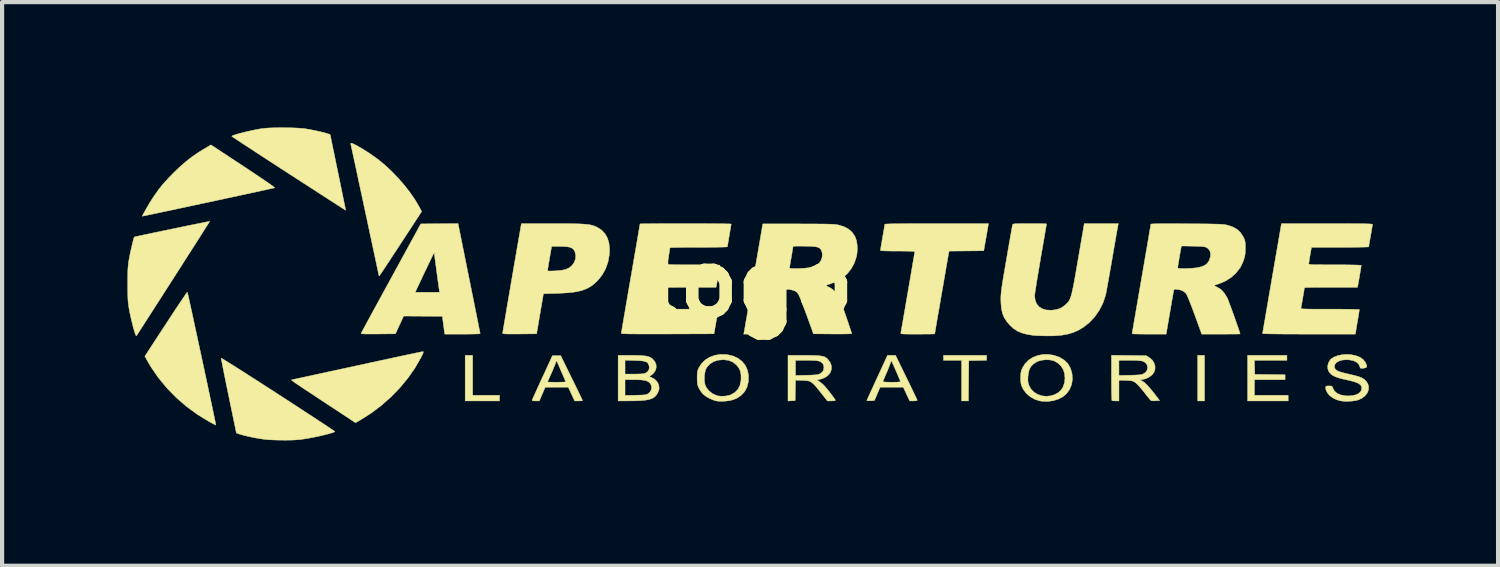
<source format=kicad_pcb>
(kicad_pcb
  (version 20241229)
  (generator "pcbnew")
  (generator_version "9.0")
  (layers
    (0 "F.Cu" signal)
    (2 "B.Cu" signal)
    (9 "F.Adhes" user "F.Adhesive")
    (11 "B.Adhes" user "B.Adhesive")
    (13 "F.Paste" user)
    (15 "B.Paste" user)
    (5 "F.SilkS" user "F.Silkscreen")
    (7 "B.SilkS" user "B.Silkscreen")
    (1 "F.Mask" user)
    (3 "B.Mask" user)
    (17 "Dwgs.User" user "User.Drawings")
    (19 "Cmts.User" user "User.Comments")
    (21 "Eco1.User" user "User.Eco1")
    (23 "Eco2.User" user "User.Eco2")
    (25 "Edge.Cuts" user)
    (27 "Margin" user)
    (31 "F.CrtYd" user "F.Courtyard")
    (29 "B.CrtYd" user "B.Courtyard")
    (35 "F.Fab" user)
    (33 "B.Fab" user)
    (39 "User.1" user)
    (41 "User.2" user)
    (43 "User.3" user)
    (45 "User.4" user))
  (footprint "logo"
    (layer "F.Cu")
    (at 14.893 3.734)
    (property "Reference" "logo" (at 0 0 0) (layer "F.SilkS") (effects (font (size 1.524 1.524) (thickness 0.3))))
    (attr through_hole)
    (fp_poly (pts (xy 10.877 2.809) (xy 10.713 2.809) (xy 10.713 1.718) (xy 10.877 1.718) (xy 10.877 2.809)) (stroke (width 0.01) (type solid)) (fill yes) (layer "F.SilkS"))
    (fp_poly (pts (xy -6.634 2.674) (xy -5.991 2.674) (xy -5.991 2.809) (xy -6.813 2.809) (xy -6.813 1.718) (xy -6.634 1.718) (xy -6.634 2.674)) (stroke (width 0.01) (type solid)) (fill yes) (layer "F.SilkS"))
    (fp_poly (pts (xy 5.663 1.837) (xy 5.45 1.841) (xy 5.237 1.845) (xy 5.229 2.809) (xy 5.065 2.809) (xy 5.065 1.838) (xy 4.632 1.838) (xy 4.632 1.718) (xy 5.663 1.718) (xy 5.663 1.837)) (stroke (width 0.01) (type solid)) (fill yes) (layer "F.SilkS"))
    (fp_poly (pts (xy 12.849 1.838) (xy 12.071 1.838) (xy 12.076 2.006) (xy 12.08 2.174) (xy 12.442 2.178) (xy 12.805 2.182) (xy 12.805 2.301) (xy 12.072 2.301) (xy 12.072 2.674) (xy 12.879 2.674) (xy 12.879 2.809) (xy 11.908 2.809) (xy 11.908 1.718) (xy 12.849 1.718) (xy 12.849 1.838)) (stroke (width 0.01) (type solid)) (fill yes) (layer "F.SilkS"))
    (fp_poly (pts (xy -13.461 0.207) (xy -13.456 0.222) (xy -13.446 0.265) (xy -13.431 0.332) (xy -13.411 0.421) (xy -13.387 0.531) (xy -13.359 0.658) (xy -13.328 0.8) (xy -13.295 0.955) (xy -13.259 1.122) (xy -13.221 1.297) (xy -13.182 1.478) (xy -13.142 1.663) (xy -13.102 1.849) (xy -13.062 2.035) (xy -13.023 2.218) (xy -12.985 2.396) (xy -12.949 2.566) (xy -12.915 2.727) (xy -12.883 2.875) (xy -12.855 3.009) (xy -12.831 3.126) (xy -12.81 3.224) (xy -12.794 3.301) (xy -12.784 3.355) (xy -12.779 3.382) (xy -12.779 3.386) (xy -12.793 3.381) (xy -12.828 3.364) (xy -12.878 3.337) (xy -12.94 3.304) (xy -12.944 3.301) (xy -13.223 3.131) (xy -13.486 2.938) (xy -13.731 2.725) (xy -13.956 2.494) (xy -14.158 2.248) (xy -14.336 1.988) (xy -14.424 1.837) (xy -14.477 1.739) (xy -13.973 0.968) (xy -13.884 0.832) (xy -13.8 0.704) (xy -13.722 0.586) (xy -13.651 0.48) (xy -13.589 0.388) (xy -13.538 0.313) (xy -13.499 0.256) (xy -13.472 0.22) (xy -13.461 0.207) (xy -13.461 0.207)) (stroke (width 0.01) (type solid)) (fill yes) (layer "F.SilkS"))
    (fp_poly (pts (xy -12.63 -3.143) (xy -12.393 -2.987) (xy -12.18 -2.847) (xy -11.992 -2.722) (xy -11.829 -2.613) (xy -11.69 -2.52) (xy -11.576 -2.443) (xy -11.487 -2.381) (xy -11.423 -2.335) (xy -11.384 -2.305) (xy -11.37 -2.291) (xy -11.37 -2.29) (xy -11.405 -2.282) (xy -11.465 -2.269) (xy -11.548 -2.25) (xy -11.651 -2.228) (xy -11.773 -2.201) (xy -11.911 -2.171) (xy -12.063 -2.139) (xy -12.226 -2.104) (xy -12.398 -2.066) (xy -12.577 -2.028) (xy -12.761 -1.988) (xy -12.947 -1.948) (xy -13.133 -1.909) (xy -13.317 -1.869) (xy -13.496 -1.831) (xy -13.669 -1.794) (xy -13.832 -1.759) (xy -13.984 -1.727) (xy -14.123 -1.697) (xy -14.245 -1.671) (xy -14.349 -1.65) (xy -14.433 -1.632) (xy -14.493 -1.62) (xy -14.529 -1.612) (xy -14.538 -1.611) (xy -14.53 -1.63) (xy -14.511 -1.669) (xy -14.481 -1.723) (xy -14.445 -1.787) (xy -14.405 -1.856) (xy -14.365 -1.925) (xy -14.326 -1.987) (xy -14.296 -2.035) (xy -14.217 -2.151) (xy -14.143 -2.254) (xy -14.068 -2.349) (xy -13.985 -2.444) (xy -13.89 -2.546) (xy -13.792 -2.646) (xy -13.639 -2.793) (xy -13.494 -2.919) (xy -13.349 -3.032) (xy -13.198 -3.136) (xy -13.071 -3.214) (xy -12.897 -3.318) (xy -12.63 -3.143)) (stroke (width 0.01) (type solid)) (fill yes) (layer "F.SilkS"))
    (fp_poly (pts (xy -7.814 1.635) (xy -7.818 1.657) (xy -7.835 1.698) (xy -7.865 1.76) (xy -7.874 1.776) (xy -8.016 2.024) (xy -8.185 2.265) (xy -8.378 2.497) (xy -8.59 2.715) (xy -8.819 2.918) (xy -9.062 3.101) (xy -9.315 3.262) (xy -9.354 3.284) (xy -9.437 3.331) (xy -9.869 3.046) (xy -9.992 2.965) (xy -10.125 2.878) (xy -10.261 2.788) (xy -10.394 2.7) (xy -10.518 2.618) (xy -10.624 2.548) (xy -10.644 2.535) (xy -10.733 2.476) (xy -10.812 2.423) (xy -10.879 2.377) (xy -10.93 2.341) (xy -10.962 2.316) (xy -10.973 2.306) (xy -10.973 2.306) (xy -10.955 2.302) (xy -10.912 2.292) (xy -10.847 2.278) (xy -10.762 2.26) (xy -10.66 2.238) (xy -10.547 2.213) (xy -10.423 2.186) (xy -10.407 2.183) (xy -10.251 2.149) (xy -10.078 2.111) (xy -9.895 2.072) (xy -9.712 2.032) (xy -9.538 1.995) (xy -9.38 1.96) (xy -9.331 1.95) (xy -9.08 1.895) (xy -8.856 1.847) (xy -8.659 1.804) (xy -8.487 1.767) (xy -8.339 1.735) (xy -8.212 1.708) (xy -8.106 1.686) (xy -8.019 1.667) (xy -7.95 1.653) (xy -7.897 1.642) (xy -7.859 1.635) (xy -7.835 1.63) (xy -7.823 1.629) (xy -7.821 1.629) (xy -7.814 1.635)) (stroke (width 0.01) (type solid)) (fill yes) (layer "F.SilkS"))
    (fp_poly (pts (xy -9.517 -3.353) (xy -9.469 -3.333) (xy -9.407 -3.301) (xy -9.333 -3.259) (xy -9.249 -3.209) (xy -9.159 -3.152) (xy -9.067 -3.091) (xy -8.974 -3.026) (xy -8.907 -2.977) (xy -8.744 -2.844) (xy -8.579 -2.692) (xy -8.418 -2.525) (xy -8.265 -2.349) (xy -8.126 -2.17) (xy -8.004 -1.992) (xy -7.905 -1.821) (xy -7.901 -1.814) (xy -7.854 -1.723) (xy -8.351 -0.962) (xy -8.457 -0.801) (xy -8.548 -0.663) (xy -8.624 -0.546) (xy -8.688 -0.449) (xy -8.74 -0.371) (xy -8.781 -0.308) (xy -8.813 -0.26) (xy -8.837 -0.226) (xy -8.854 -0.202) (xy -8.865 -0.187) (xy -8.872 -0.181) (xy -8.875 -0.18) (xy -8.875 -0.182) (xy -8.878 -0.198) (xy -8.887 -0.24) (xy -8.901 -0.306) (xy -8.92 -0.395) (xy -8.943 -0.504) (xy -8.97 -0.631) (xy -9.001 -0.773) (xy -9.034 -0.929) (xy -9.069 -1.095) (xy -9.107 -1.269) (xy -9.145 -1.45) (xy -9.185 -1.635) (xy -9.225 -1.821) (xy -9.264 -2.007) (xy -9.304 -2.19) (xy -9.342 -2.367) (xy -9.378 -2.537) (xy -9.412 -2.697) (xy -9.444 -2.845) (xy -9.473 -2.979) (xy -9.498 -3.095) (xy -9.519 -3.193) (xy -9.535 -3.269) (xy -9.547 -3.322) (xy -9.553 -3.348) (xy -9.553 -3.35) (xy -9.546 -3.359) (xy -9.517 -3.353)) (stroke (width 0.01) (type solid)) (fill yes) (layer "F.SilkS"))
    (fp_poly (pts (xy 3.744 2.249) (xy 3.801 2.366) (xy 3.854 2.475) (xy 3.901 2.573) (xy 3.941 2.656) (xy 3.972 2.723) (xy 3.994 2.769) (xy 4.004 2.792) (xy 4.004 2.794) (xy 3.991 2.802) (xy 3.955 2.807) (xy 3.913 2.809) (xy 3.823 2.809) (xy 3.746 2.645) (xy 3.67 2.48) (xy 3.115 2.481) (xy 3.047 2.641) (xy 2.978 2.801) (xy 2.885 2.806) (xy 2.837 2.806) (xy 2.805 2.803) (xy 2.796 2.797) (xy 2.803 2.781) (xy 2.822 2.741) (xy 2.85 2.679) (xy 2.886 2.6) (xy 2.93 2.505) (xy 2.979 2.398) (xy 3.003 2.346) (xy 3.182 2.346) (xy 3.197 2.352) (xy 3.237 2.356) (xy 3.298 2.359) (xy 3.377 2.361) (xy 3.392 2.361) (xy 3.482 2.36) (xy 3.548 2.357) (xy 3.589 2.352) (xy 3.601 2.345) (xy 3.595 2.327) (xy 3.579 2.287) (xy 3.555 2.228) (xy 3.524 2.156) (xy 3.493 2.085) (xy 3.384 1.841) (xy 3.346 1.947) (xy 3.321 2.011) (xy 3.29 2.088) (xy 3.257 2.166) (xy 3.245 2.193) (xy 3.219 2.253) (xy 3.198 2.303) (xy 3.185 2.336) (xy 3.182 2.346) (xy 3.003 2.346) (xy 3.032 2.282) (xy 3.047 2.251) (xy 3.292 1.718) (xy 3.484 1.718) (xy 3.744 2.249)) (stroke (width 0.01) (type solid)) (fill yes) (layer "F.SilkS"))
    (fp_poly (pts (xy -12.638 1.791) (xy -12.602 1.812) (xy -12.544 1.847) (xy -12.466 1.896) (xy -12.369 1.956) (xy -12.256 2.028) (xy -12.126 2.11) (xy -11.983 2.202) (xy -11.828 2.301) (xy -11.663 2.407) (xy -11.488 2.52) (xy -11.307 2.637) (xy -11.286 2.651) (xy -11.103 2.769) (xy -10.928 2.883) (xy -10.762 2.991) (xy -10.606 3.093) (xy -10.462 3.187) (xy -10.332 3.272) (xy -10.217 3.348) (xy -10.119 3.413) (xy -10.04 3.465) (xy -9.981 3.505) (xy -9.943 3.531) (xy -9.929 3.542) (xy -9.929 3.542) (xy -9.949 3.555) (xy -9.995 3.571) (xy -10.061 3.591) (xy -10.143 3.612) (xy -10.237 3.635) (xy -10.339 3.658) (xy -10.444 3.68) (xy -10.548 3.699) (xy -10.646 3.716) (xy -10.734 3.729) (xy -10.776 3.734) (xy -10.872 3.742) (xy -10.991 3.747) (xy -11.122 3.748) (xy -11.258 3.747) (xy -11.392 3.743) (xy -11.513 3.737) (xy -11.615 3.727) (xy -11.62 3.727) (xy -11.729 3.711) (xy -11.849 3.69) (xy -11.971 3.665) (xy -12.085 3.639) (xy -12.181 3.612) (xy -12.207 3.604) (xy -12.287 3.578) (xy -12.471 2.689) (xy -12.504 2.531) (xy -12.535 2.38) (xy -12.563 2.241) (xy -12.588 2.116) (xy -12.61 2.007) (xy -12.627 1.917) (xy -12.641 1.848) (xy -12.649 1.803) (xy -12.651 1.785) (xy -12.651 1.785) (xy -12.638 1.791)) (stroke (width 0.01) (type solid)) (fill yes) (layer "F.SilkS"))
    (fp_poly (pts (xy -4.266 2.259) (xy -4.208 2.376) (xy -4.155 2.484) (xy -4.108 2.582) (xy -4.068 2.664) (xy -4.037 2.73) (xy -4.015 2.776) (xy -4.005 2.798) (xy -4.004 2.8) (xy -4.018 2.805) (xy -4.053 2.808) (xy -4.099 2.809) (xy -4.193 2.809) (xy -4.269 2.645) (xy -4.346 2.48) (xy -4.897 2.48) (xy -5.039 2.809) (xy -5.128 2.809) (xy -5.177 2.808) (xy -5.202 2.803) (xy -5.21 2.794) (xy -5.208 2.783) (xy -5.2 2.764) (xy -5.181 2.721) (xy -5.152 2.657) (xy -5.115 2.575) (xy -5.072 2.479) (xy -5.022 2.371) (xy -5.015 2.354) (xy -4.841 2.354) (xy -4.827 2.357) (xy -4.788 2.359) (xy -4.73 2.36) (xy -4.658 2.361) (xy -4.624 2.361) (xy -4.548 2.36) (xy -4.483 2.358) (xy -4.435 2.356) (xy -4.41 2.353) (xy -4.408 2.352) (xy -4.413 2.336) (xy -4.429 2.297) (xy -4.453 2.24) (xy -4.484 2.17) (xy -4.511 2.109) (xy -4.545 2.03) (xy -4.575 1.96) (xy -4.6 1.904) (xy -4.615 1.866) (xy -4.62 1.853) (xy -4.628 1.853) (xy -4.641 1.877) (xy -4.653 1.909) (xy -4.669 1.954) (xy -4.695 2.017) (xy -4.726 2.091) (xy -4.759 2.166) (xy -4.76 2.168) (xy -4.79 2.235) (xy -4.815 2.292) (xy -4.833 2.333) (xy -4.841 2.353) (xy -4.841 2.354) (xy -5.015 2.354) (xy -4.969 2.256) (xy -4.962 2.241) (xy -4.725 1.726) (xy -4.527 1.726) (xy -4.266 2.259)) (stroke (width 0.01) (type solid)) (fill yes) (layer "F.SilkS"))
    (fp_poly (pts (xy -11.108 -3.728) (xy -10.975 -3.726) (xy -10.85 -3.721) (xy -10.739 -3.714) (xy -10.649 -3.705) (xy -10.616 -3.7) (xy -10.515 -3.682) (xy -10.413 -3.662) (xy -10.316 -3.641) (xy -10.227 -3.62) (xy -10.151 -3.6) (xy -10.092 -3.582) (xy -10.054 -3.568) (xy -10.04 -3.558) (xy -10.038 -3.542) (xy -10.029 -3.499) (xy -10.016 -3.432) (xy -9.998 -3.344) (xy -9.976 -3.236) (xy -9.95 -3.112) (xy -9.922 -2.974) (xy -9.891 -2.824) (xy -9.858 -2.666) (xy -9.855 -2.652) (xy -9.822 -2.493) (xy -9.792 -2.343) (xy -9.763 -2.204) (xy -9.738 -2.08) (xy -9.716 -1.971) (xy -9.697 -1.882) (xy -9.684 -1.814) (xy -9.675 -1.771) (xy -9.672 -1.753) (xy -9.672 -1.753) (xy -9.685 -1.761) (xy -9.721 -1.784) (xy -9.779 -1.821) (xy -9.857 -1.871) (xy -9.954 -1.933) (xy -10.067 -2.006) (xy -10.196 -2.089) (xy -10.339 -2.182) (xy -10.494 -2.282) (xy -10.66 -2.389) (xy -10.834 -2.502) (xy -11.016 -2.619) (xy -11.034 -2.631) (xy -11.217 -2.749) (xy -11.392 -2.863) (xy -11.559 -2.971) (xy -11.715 -3.073) (xy -11.859 -3.167) (xy -11.99 -3.253) (xy -12.105 -3.328) (xy -12.204 -3.393) (xy -12.284 -3.446) (xy -12.344 -3.486) (xy -12.383 -3.512) (xy -12.398 -3.523) (xy -12.398 -3.523) (xy -12.386 -3.534) (xy -12.35 -3.549) (xy -12.292 -3.568) (xy -12.218 -3.59) (xy -12.13 -3.612) (xy -12.034 -3.636) (xy -11.933 -3.658) (xy -11.831 -3.679) (xy -11.733 -3.698) (xy -11.669 -3.708) (xy -11.591 -3.717) (xy -11.49 -3.723) (xy -11.371 -3.727) (xy -11.242 -3.729) (xy -11.108 -3.728)) (stroke (width 0.01) (type solid)) (fill yes) (layer "F.SilkS"))
    (fp_poly (pts (xy 7.265 1.715) (xy 7.395 1.759) (xy 7.421 1.771) (xy 7.527 1.836) (xy 7.608 1.918) (xy 7.666 2.018) (xy 7.703 2.137) (xy 7.709 2.169) (xy 7.716 2.299) (xy 7.695 2.423) (xy 7.647 2.537) (xy 7.574 2.636) (xy 7.489 2.708) (xy 7.383 2.764) (xy 7.263 2.802) (xy 7.135 2.82) (xy 7.003 2.818) (xy 6.935 2.808) (xy 6.817 2.771) (xy 6.709 2.71) (xy 6.615 2.63) (xy 6.543 2.535) (xy 6.52 2.491) (xy 6.499 2.442) (xy 6.486 2.399) (xy 6.48 2.352) (xy 6.478 2.304) (xy 6.651 2.304) (xy 6.655 2.358) (xy 6.667 2.409) (xy 6.678 2.438) (xy 6.726 2.526) (xy 6.796 2.598) (xy 6.882 2.651) (xy 6.981 2.686) (xy 7.086 2.698) (xy 7.194 2.688) (xy 7.29 2.658) (xy 7.376 2.612) (xy 7.439 2.557) (xy 7.487 2.486) (xy 7.495 2.47) (xy 7.527 2.375) (xy 7.538 2.268) (xy 7.529 2.16) (xy 7.501 2.065) (xy 7.449 1.981) (xy 7.376 1.909) (xy 7.29 1.857) (xy 7.258 1.844) (xy 7.172 1.827) (xy 7.073 1.824) (xy 6.975 1.836) (xy 6.888 1.861) (xy 6.865 1.871) (xy 6.784 1.923) (xy 6.724 1.985) (xy 6.684 2.061) (xy 6.661 2.157) (xy 6.653 2.234) (xy 6.651 2.304) (xy 6.478 2.304) (xy 6.477 2.29) (xy 6.477 2.256) (xy 6.479 2.184) (xy 6.484 2.131) (xy 6.494 2.086) (xy 6.512 2.039) (xy 6.52 2.021) (xy 6.583 1.919) (xy 6.666 1.834) (xy 6.767 1.769) (xy 6.881 1.723) (xy 7.004 1.698) (xy 7.134 1.695) (xy 7.265 1.715)) (stroke (width 0.01) (type solid)) (fill yes) (layer "F.SilkS"))
    (fp_poly (pts (xy -6.719 -0.123) (xy -6.68 0.07) (xy -6.643 0.255) (xy -6.607 0.43) (xy -6.575 0.592) (xy -6.545 0.739) (xy -6.519 0.87) (xy -6.497 0.982) (xy -6.479 1.073) (xy -6.466 1.141) (xy -6.457 1.184) (xy -6.455 1.199) (xy -6.469 1.202) (xy -6.509 1.205) (xy -6.572 1.207) (xy -6.654 1.209) (xy -6.75 1.21) (xy -6.857 1.21) (xy -6.879 1.21) (xy -7.302 1.21) (xy -7.331 0.997) (xy -7.359 0.784) (xy -7.822 0.781) (xy -8.285 0.778) (xy -8.383 0.99) (xy -8.481 1.203) (xy -8.896 1.207) (xy -9.023 1.208) (xy -9.122 1.208) (xy -9.196 1.207) (xy -9.249 1.205) (xy -9.283 1.202) (xy -9.3 1.198) (xy -9.304 1.192) (xy -9.304 1.192) (xy -9.296 1.176) (xy -9.274 1.136) (xy -9.241 1.074) (xy -9.195 0.99) (xy -9.14 0.888) (xy -9.074 0.768) (xy -9.001 0.633) (xy -8.92 0.485) (xy -8.832 0.324) (xy -8.769 0.209) (xy -8.008 0.209) (xy -7.425 0.209) (xy -7.434 0.153) (xy -7.438 0.124) (xy -7.446 0.069) (xy -7.456 -0.006) (xy -7.469 -0.097) (xy -7.483 -0.201) (xy -7.498 -0.312) (xy -7.499 -0.321) (xy -7.555 -0.74) (xy -7.581 -0.69) (xy -7.595 -0.662) (xy -7.619 -0.612) (xy -7.652 -0.544) (xy -7.691 -0.462) (xy -7.735 -0.371) (xy -7.781 -0.274) (xy -7.827 -0.178) (xy -7.87 -0.085) (xy -7.91 -0.001) (xy -7.944 0.071) (xy -7.958 0.101) (xy -8.008 0.209) (xy -8.769 0.209) (xy -8.739 0.153) (xy -8.641 -0.025) (xy -8.586 -0.127) (xy -7.875 -1.427) (xy -7.429 -1.431) (xy -6.983 -1.435) (xy -6.719 -0.123)) (stroke (width 0.01) (type solid)) (fill yes) (layer "F.SilkS"))
    (fp_poly (pts (xy -2.713 1.719) (xy -2.61 1.722) (xy -2.529 1.729) (xy -2.465 1.739) (xy -2.415 1.753) (xy -2.373 1.772) (xy -2.337 1.797) (xy -2.331 1.803) (xy -2.275 1.867) (xy -2.245 1.939) (xy -2.242 2.014) (xy -2.264 2.087) (xy -2.312 2.154) (xy -2.359 2.192) (xy -2.408 2.225) (xy -2.351 2.249) (xy -2.274 2.294) (xy -2.216 2.355) (xy -2.181 2.427) (xy -2.172 2.504) (xy -2.175 2.532) (xy -2.189 2.576) (xy -2.213 2.628) (xy -2.226 2.649) (xy -2.259 2.693) (xy -2.302 2.728) (xy -2.355 2.756) (xy -2.424 2.777) (xy -2.51 2.792) (xy -2.617 2.802) (xy -2.749 2.807) (xy -2.887 2.808) (xy -3.153 2.809) (xy -3.153 2.677) (xy -2.988 2.677) (xy -2.738 2.672) (xy -2.643 2.67) (xy -2.573 2.667) (xy -2.522 2.663) (xy -2.486 2.657) (xy -2.46 2.648) (xy -2.439 2.638) (xy -2.387 2.592) (xy -2.358 2.534) (xy -2.352 2.472) (xy -2.371 2.411) (xy -2.402 2.372) (xy -2.436 2.346) (xy -2.477 2.327) (xy -2.531 2.314) (xy -2.602 2.306) (xy -2.694 2.302) (xy -2.775 2.301) (xy -2.988 2.301) (xy -2.988 2.677) (xy -3.153 2.677) (xy -3.153 2.166) (xy -2.988 2.166) (xy -2.771 2.166) (xy -2.666 2.165) (xy -2.587 2.161) (xy -2.532 2.154) (xy -2.504 2.146) (xy -2.447 2.108) (xy -2.414 2.056) (xy -2.407 1.994) (xy -2.427 1.93) (xy -2.445 1.901) (xy -2.47 1.88) (xy -2.507 1.865) (xy -2.558 1.854) (xy -2.63 1.847) (xy -2.725 1.842) (xy -2.76 1.841) (xy -2.988 1.834) (xy -2.988 2.166) (xy -3.153 2.166) (xy -3.153 1.718) (xy -2.842 1.718) (xy -2.713 1.719)) (stroke (width 0.01) (type solid)) (fill yes) (layer "F.SilkS"))
    (fp_poly (pts (xy -0.567 1.698) (xy -0.539 1.702) (xy -0.403 1.734) (xy -0.286 1.788) (xy -0.189 1.862) (xy -0.114 1.953) (xy -0.062 2.062) (xy -0.035 2.185) (xy -0.033 2.219) (xy -0.038 2.355) (xy -0.069 2.477) (xy -0.124 2.582) (xy -0.203 2.67) (xy -0.305 2.74) (xy -0.396 2.779) (xy -0.472 2.799) (xy -0.564 2.812) (xy -0.661 2.818) (xy -0.749 2.816) (xy -0.805 2.809) (xy -0.892 2.782) (xy -0.982 2.741) (xy -1.064 2.691) (xy -1.121 2.645) (xy -1.164 2.594) (xy -1.204 2.532) (xy -1.223 2.497) (xy -1.241 2.455) (xy -1.253 2.415) (xy -1.259 2.371) (xy -1.262 2.311) (xy -1.262 2.26) (xy -1.09 2.26) (xy -1.087 2.343) (xy -1.076 2.413) (xy -1.076 2.413) (xy -1.038 2.496) (xy -0.977 2.57) (xy -0.898 2.632) (xy -0.806 2.676) (xy -0.757 2.69) (xy -0.675 2.697) (xy -0.583 2.692) (xy -0.495 2.674) (xy -0.448 2.658) (xy -0.356 2.603) (xy -0.287 2.532) (xy -0.24 2.442) (xy -0.216 2.332) (xy -0.212 2.291) (xy -0.213 2.181) (xy -0.231 2.091) (xy -0.269 2.014) (xy -0.327 1.943) (xy -0.327 1.943) (xy -0.41 1.879) (xy -0.509 1.839) (xy -0.624 1.823) (xy -0.649 1.823) (xy -0.768 1.835) (xy -0.873 1.87) (xy -0.961 1.927) (xy -1.029 2.003) (xy -1.049 2.037) (xy -1.07 2.097) (xy -1.084 2.175) (xy -1.09 2.26) (xy -1.262 2.26) (xy -1.263 2.256) (xy -1.262 2.182) (xy -1.258 2.129) (xy -1.251 2.088) (xy -1.238 2.051) (xy -1.222 2.016) (xy -1.155 1.912) (xy -1.066 1.826) (xy -0.96 1.761) (xy -0.839 1.717) (xy -0.707 1.695) (xy -0.567 1.698)) (stroke (width 0.01) (type solid)) (fill yes) (layer "F.SilkS"))
    (fp_poly (pts (xy -12.927 -1.487) (xy -12.934 -1.474) (xy -12.956 -1.438) (xy -12.992 -1.381) (xy -13.041 -1.305) (xy -13.1 -1.211) (xy -13.169 -1.102) (xy -13.247 -0.98) (xy -13.332 -0.847) (xy -13.424 -0.704) (xy -13.52 -0.554) (xy -13.619 -0.398) (xy -13.721 -0.239) (xy -13.824 -0.078) (xy -13.927 0.082) (xy -14.028 0.24) (xy -14.126 0.393) (xy -14.221 0.54) (xy -14.31 0.679) (xy -14.392 0.807) (xy -14.467 0.923) (xy -14.532 1.025) (xy -14.588 1.111) (xy -14.631 1.178) (xy -14.662 1.225) (xy -14.679 1.25) (xy -14.681 1.253) (xy -14.689 1.245) (xy -14.702 1.218) (xy -14.703 1.216) (xy -14.723 1.155) (xy -14.748 1.073) (xy -14.773 0.975) (xy -14.799 0.869) (xy -14.823 0.763) (xy -14.844 0.664) (xy -14.853 0.612) (xy -14.864 0.546) (xy -14.873 0.486) (xy -14.879 0.425) (xy -14.883 0.36) (xy -14.886 0.283) (xy -14.887 0.191) (xy -14.888 0.077) (xy -14.888 0.007) (xy -14.888 -0.12) (xy -14.887 -0.222) (xy -14.885 -0.306) (xy -14.881 -0.375) (xy -14.876 -0.436) (xy -14.869 -0.494) (xy -14.86 -0.554) (xy -14.853 -0.59) (xy -14.839 -0.665) (xy -14.822 -0.749) (xy -14.803 -0.834) (xy -14.784 -0.917) (xy -14.766 -0.992) (xy -14.75 -1.053) (xy -14.737 -1.095) (xy -14.73 -1.113) (xy -14.714 -1.117) (xy -14.672 -1.127) (xy -14.608 -1.141) (xy -14.523 -1.16) (xy -14.421 -1.181) (xy -14.305 -1.206) (xy -14.179 -1.232) (xy -14.045 -1.26) (xy -13.906 -1.289) (xy -13.765 -1.318) (xy -13.626 -1.347) (xy -13.491 -1.375) (xy -13.363 -1.401) (xy -13.246 -1.425) (xy -13.143 -1.445) (xy -13.056 -1.463) (xy -12.99 -1.476) (xy -12.945 -1.484) (xy -12.927 -1.487) (xy -12.927 -1.487)) (stroke (width 0.01) (type solid)) (fill yes) (layer "F.SilkS"))
    (fp_poly (pts (xy 9.067 1.721) (xy 9.483 1.726) (xy 9.555 1.771) (xy 9.624 1.828) (xy 9.67 1.899) (xy 9.694 1.977) (xy 9.692 2.058) (xy 9.671 2.121) (xy 9.624 2.184) (xy 9.555 2.237) (xy 9.473 2.276) (xy 9.427 2.289) (xy 9.337 2.307) (xy 9.387 2.333) (xy 9.441 2.37) (xy 9.507 2.432) (xy 9.585 2.52) (xy 9.677 2.634) (xy 9.691 2.652) (xy 9.804 2.801) (xy 9.702 2.806) (xy 9.647 2.808) (xy 9.613 2.805) (xy 9.591 2.795) (xy 9.57 2.774) (xy 9.56 2.761) (xy 9.535 2.731) (xy 9.497 2.683) (xy 9.451 2.624) (xy 9.402 2.562) (xy 9.4 2.559) (xy 9.348 2.497) (xy 9.296 2.44) (xy 9.251 2.394) (xy 9.217 2.365) (xy 9.216 2.365) (xy 9.186 2.346) (xy 9.156 2.334) (xy 9.119 2.326) (xy 9.068 2.321) (xy 8.995 2.318) (xy 8.992 2.318) (xy 8.83 2.313) (xy 8.83 2.809) (xy 8.751 2.809) (xy 8.704 2.807) (xy 8.671 2.803) (xy 8.661 2.799) (xy 8.659 2.782) (xy 8.657 2.739) (xy 8.655 2.673) (xy 8.653 2.587) (xy 8.652 2.485) (xy 8.651 2.37) (xy 8.651 2.253) (xy 8.651 1.838) (xy 8.83 1.838) (xy 8.83 2.199) (xy 9.095 2.194) (xy 9.196 2.191) (xy 9.271 2.188) (xy 9.326 2.184) (xy 9.367 2.177) (xy 9.397 2.169) (xy 9.417 2.16) (xy 9.473 2.12) (xy 9.506 2.066) (xy 9.517 2.006) (xy 9.502 1.947) (xy 9.485 1.92) (xy 9.46 1.893) (xy 9.432 1.872) (xy 9.395 1.857) (xy 9.346 1.847) (xy 9.28 1.841) (xy 9.193 1.838) (xy 9.092 1.838) (xy 8.83 1.838) (xy 8.651 1.838) (xy 8.651 1.716) (xy 9.067 1.721)) (stroke (width 0.01) (type solid)) (fill yes) (layer "F.SilkS"))
    (fp_poly (pts (xy 1.426 1.719) (xy 1.536 1.721) (xy 1.624 1.725) (xy 1.692 1.732) (xy 1.745 1.742) (xy 1.787 1.755) (xy 1.82 1.774) (xy 1.849 1.797) (xy 1.864 1.811) (xy 1.921 1.888) (xy 1.95 1.967) (xy 1.952 2.046) (xy 1.928 2.121) (xy 1.879 2.188) (xy 1.806 2.243) (xy 1.729 2.277) (xy 1.68 2.291) (xy 1.639 2.3) (xy 1.625 2.301) (xy 1.611 2.304) (xy 1.619 2.316) (xy 1.651 2.338) (xy 1.659 2.344) (xy 1.712 2.383) (xy 1.764 2.429) (xy 1.78 2.445) (xy 1.812 2.482) (xy 1.853 2.531) (xy 1.898 2.588) (xy 1.943 2.646) (xy 1.984 2.701) (xy 2.018 2.748) (xy 2.04 2.781) (xy 2.047 2.795) (xy 2.033 2.802) (xy 1.998 2.807) (xy 1.95 2.809) (xy 1.854 2.809) (xy 1.769 2.701) (xy 1.695 2.608) (xy 1.638 2.536) (xy 1.593 2.481) (xy 1.557 2.44) (xy 1.529 2.411) (xy 1.505 2.389) (xy 1.483 2.371) (xy 1.475 2.365) (xy 1.445 2.346) (xy 1.417 2.334) (xy 1.381 2.326) (xy 1.332 2.322) (xy 1.26 2.318) (xy 1.253 2.318) (xy 1.091 2.313) (xy 1.087 2.557) (xy 1.083 2.801) (xy 0.997 2.806) (xy 0.911 2.81) (xy 0.911 1.838) (xy 1.091 1.838) (xy 1.091 2.2) (xy 1.356 2.194) (xy 1.46 2.191) (xy 1.538 2.187) (xy 1.595 2.182) (xy 1.634 2.175) (xy 1.661 2.166) (xy 1.666 2.164) (xy 1.708 2.136) (xy 1.741 2.107) (xy 1.764 2.061) (xy 1.771 2.004) (xy 1.761 1.948) (xy 1.741 1.912) (xy 1.715 1.887) (xy 1.685 1.868) (xy 1.647 1.855) (xy 1.596 1.846) (xy 1.528 1.841) (xy 1.437 1.838) (xy 1.353 1.838) (xy 1.091 1.838) (xy 0.911 1.838) (xy 0.911 1.718) (xy 1.29 1.718) (xy 1.426 1.719)) (stroke (width 0.01) (type solid)) (fill yes) (layer "F.SilkS"))
    (fp_poly (pts (xy 14.369 1.7) (xy 14.384 1.702) (xy 14.503 1.727) (xy 14.597 1.764) (xy 14.67 1.815) (xy 14.723 1.881) (xy 14.733 1.901) (xy 14.757 1.955) (xy 14.761 1.99) (xy 14.743 2.011) (xy 14.706 2.022) (xy 14.651 2.03) (xy 14.619 2.029) (xy 14.602 2.018) (xy 14.594 1.993) (xy 14.593 1.989) (xy 14.566 1.929) (xy 14.514 1.881) (xy 14.44 1.846) (xy 14.347 1.827) (xy 14.273 1.823) (xy 14.177 1.831) (xy 14.097 1.853) (xy 14.036 1.888) (xy 13.998 1.933) (xy 13.985 1.984) (xy 13.994 2.029) (xy 14.024 2.067) (xy 14.076 2.098) (xy 14.155 2.125) (xy 14.198 2.136) (xy 14.279 2.155) (xy 14.368 2.176) (xy 14.448 2.195) (xy 14.461 2.198) (xy 14.561 2.225) (xy 14.638 2.256) (xy 14.697 2.291) (xy 14.735 2.326) (xy 14.784 2.396) (xy 14.805 2.471) (xy 14.801 2.546) (xy 14.771 2.619) (xy 14.718 2.686) (xy 14.643 2.744) (xy 14.562 2.783) (xy 14.497 2.8) (xy 14.413 2.812) (xy 14.319 2.818) (xy 14.228 2.818) (xy 14.148 2.81) (xy 14.141 2.809) (xy 14.038 2.78) (xy 13.946 2.736) (xy 13.87 2.679) (xy 13.815 2.613) (xy 13.782 2.541) (xy 13.776 2.49) (xy 13.778 2.466) (xy 13.791 2.454) (xy 13.822 2.451) (xy 13.843 2.45) (xy 13.892 2.451) (xy 13.92 2.456) (xy 13.935 2.47) (xy 13.947 2.498) (xy 13.951 2.509) (xy 13.988 2.574) (xy 14.049 2.626) (xy 14.132 2.663) (xy 14.233 2.685) (xy 14.313 2.689) (xy 14.421 2.681) (xy 14.509 2.659) (xy 14.577 2.622) (xy 14.621 2.574) (xy 14.636 2.532) (xy 14.638 2.483) (xy 14.622 2.441) (xy 14.586 2.405) (xy 14.528 2.374) (xy 14.445 2.345) (xy 14.335 2.317) (xy 14.298 2.309) (xy 14.173 2.281) (xy 14.073 2.254) (xy 13.996 2.225) (xy 13.937 2.193) (xy 13.891 2.156) (xy 13.856 2.112) (xy 13.849 2.101) (xy 13.826 2.037) (xy 13.826 1.963) (xy 13.846 1.89) (xy 13.886 1.825) (xy 13.905 1.805) (xy 13.971 1.761) (xy 14.058 1.728) (xy 14.158 1.705) (xy 14.264 1.695) (xy 14.369 1.7)) (stroke (width 0.01) (type solid)) (fill yes) (layer "F.SilkS"))
    (fp_poly (pts (xy -4.724 -1.434) (xy -4.536 -1.434) (xy -4.374 -1.433) (xy -4.238 -1.431) (xy -4.123 -1.429) (xy -4.027 -1.425) (xy -3.947 -1.42) (xy -3.881 -1.413) (xy -3.825 -1.405) (xy -3.778 -1.394) (xy -3.736 -1.382) (xy -3.697 -1.366) (xy -3.658 -1.348) (xy -3.652 -1.345) (xy -3.549 -1.279) (xy -3.467 -1.193) (xy -3.408 -1.087) (xy -3.372 -0.963) (xy -3.358 -0.82) (xy -3.364 -0.69) (xy -3.396 -0.513) (xy -3.454 -0.35) (xy -3.538 -0.201) (xy -3.633 -0.082) (xy -3.713 -0.004) (xy -3.796 0.061) (xy -3.886 0.113) (xy -3.986 0.154) (xy -4.1 0.186) (xy -4.231 0.209) (xy -4.384 0.224) (xy -4.562 0.233) (xy -4.61 0.235) (xy -4.94 0.244) (xy -5.022 0.723) (xy -5.104 1.203) (xy -5.51 1.207) (xy -5.632 1.208) (xy -5.728 1.208) (xy -5.8 1.207) (xy -5.851 1.206) (xy -5.885 1.203) (xy -5.906 1.199) (xy -5.915 1.194) (xy -5.917 1.188) (xy -5.914 1.171) (xy -5.907 1.127) (xy -5.896 1.059) (xy -5.881 0.97) (xy -5.862 0.861) (xy -5.841 0.736) (xy -5.818 0.596) (xy -5.792 0.446) (xy -5.765 0.287) (xy -5.737 0.122) (xy -5.708 -0.047) (xy -5.679 -0.216) (xy -5.66 -0.323) (xy -4.84 -0.323) (xy -4.838 -0.311) (xy -4.83 -0.303) (xy -4.81 -0.299) (xy -4.773 -0.299) (xy -4.714 -0.301) (xy -4.665 -0.303) (xy -4.587 -0.309) (xy -4.51 -0.317) (xy -4.446 -0.328) (xy -4.411 -0.336) (xy -4.325 -0.376) (xy -4.255 -0.434) (xy -4.204 -0.507) (xy -4.174 -0.588) (xy -4.167 -0.674) (xy -4.187 -0.758) (xy -4.193 -0.772) (xy -4.219 -0.814) (xy -4.254 -0.845) (xy -4.303 -0.867) (xy -4.369 -0.88) (xy -4.457 -0.887) (xy -4.542 -0.888) (xy -4.744 -0.889) (xy -4.791 -0.62) (xy -4.806 -0.532) (xy -4.82 -0.453) (xy -4.83 -0.389) (xy -4.837 -0.343) (xy -4.84 -0.323) (xy -5.66 -0.323) (xy -5.65 -0.384) (xy -5.622 -0.548) (xy -5.595 -0.704) (xy -5.57 -0.851) (xy -5.546 -0.986) (xy -5.525 -1.106) (xy -5.507 -1.209) (xy -5.493 -1.292) (xy -5.482 -1.352) (xy -5.476 -1.388) (xy -5.475 -1.393) (xy -5.466 -1.434) (xy -4.724 -1.434)) (stroke (width 0.01) (type solid)) (fill yes) (layer "F.SilkS"))
    (fp_poly (pts (xy 5.699 -1.378) (xy 5.693 -1.346) (xy 5.683 -1.289) (xy 5.671 -1.216) (xy 5.656 -1.13) (xy 5.642 -1.053) (xy 5.595 -0.784) (xy 5.181 -0.78) (xy 4.767 -0.776) (xy 4.759 -0.743) (xy 4.755 -0.724) (xy 4.747 -0.679) (xy 4.735 -0.611) (xy 4.72 -0.522) (xy 4.701 -0.417) (xy 4.681 -0.297) (xy 4.658 -0.166) (xy 4.634 -0.026) (xy 4.609 0.118) (xy 4.583 0.265) (xy 4.558 0.411) (xy 4.534 0.554) (xy 4.51 0.69) (xy 4.488 0.816) (xy 4.469 0.929) (xy 4.452 1.027) (xy 4.439 1.107) (xy 4.429 1.164) (xy 4.424 1.198) (xy 4.423 1.205) (xy 4.408 1.206) (xy 4.368 1.207) (xy 4.305 1.209) (xy 4.224 1.209) (xy 4.129 1.21) (xy 4.022 1.21) (xy 4.013 1.21) (xy 3.892 1.21) (xy 3.797 1.21) (xy 3.726 1.209) (xy 3.675 1.207) (xy 3.641 1.204) (xy 3.621 1.2) (xy 3.611 1.195) (xy 3.609 1.188) (xy 3.61 1.184) (xy 3.614 1.164) (xy 3.622 1.118) (xy 3.634 1.049) (xy 3.65 0.96) (xy 3.668 0.853) (xy 3.689 0.733) (xy 3.712 0.601) (xy 3.736 0.461) (xy 3.761 0.316) (xy 3.786 0.169) (xy 3.811 0.023) (xy 3.836 -0.119) (xy 3.859 -0.255) (xy 3.88 -0.381) (xy 3.899 -0.494) (xy 3.916 -0.591) (xy 3.929 -0.669) (xy 3.939 -0.726) (xy 3.944 -0.758) (xy 3.944 -0.764) (xy 3.93 -0.767) (xy 3.89 -0.77) (xy 3.827 -0.773) (xy 3.746 -0.775) (xy 3.65 -0.776) (xy 3.542 -0.777) (xy 3.534 -0.777) (xy 3.402 -0.777) (xy 3.298 -0.779) (xy 3.22 -0.781) (xy 3.166 -0.784) (xy 3.134 -0.788) (xy 3.123 -0.793) (xy 3.123 -0.794) (xy 3.125 -0.813) (xy 3.132 -0.857) (xy 3.143 -0.921) (xy 3.156 -1.001) (xy 3.172 -1.09) (xy 3.175 -1.108) (xy 3.191 -1.199) (xy 3.205 -1.28) (xy 3.216 -1.347) (xy 3.224 -1.394) (xy 3.227 -1.418) (xy 3.227 -1.419) (xy 3.242 -1.422) (xy 3.287 -1.425) (xy 3.361 -1.428) (xy 3.465 -1.43) (xy 3.598 -1.431) (xy 3.761 -1.433) (xy 3.952 -1.434) (xy 4.173 -1.434) (xy 4.422 -1.434) (xy 4.468 -1.434) (xy 5.708 -1.434) (xy 5.699 -1.378)) (stroke (width 0.01) (type solid)) (fill yes) (layer "F.SilkS"))
    (fp_poly (pts (xy 8.808 -1.401) (xy 8.804 -1.38) (xy 8.796 -1.332) (xy 8.783 -1.261) (xy 8.767 -1.169) (xy 8.748 -1.059) (xy 8.726 -0.934) (xy 8.702 -0.797) (xy 8.677 -0.65) (xy 8.666 -0.585) (xy 8.64 -0.433) (xy 8.614 -0.287) (xy 8.59 -0.151) (xy 8.568 -0.028) (xy 8.549 0.079) (xy 8.532 0.167) (xy 8.52 0.234) (xy 8.511 0.275) (xy 8.509 0.283) (xy 8.448 0.465) (xy 8.361 0.637) (xy 8.252 0.794) (xy 8.123 0.932) (xy 7.979 1.046) (xy 7.861 1.116) (xy 7.738 1.171) (xy 7.604 1.211) (xy 7.455 1.237) (xy 7.286 1.251) (xy 7.125 1.253) (xy 7.031 1.252) (xy 6.941 1.249) (xy 6.86 1.246) (xy 6.798 1.242) (xy 6.771 1.239) (xy 6.627 1.215) (xy 6.507 1.183) (xy 6.405 1.14) (xy 6.316 1.083) (xy 6.234 1.011) (xy 6.217 0.993) (xy 6.141 0.903) (xy 6.084 0.813) (xy 6.044 0.717) (xy 6.019 0.609) (xy 6.007 0.483) (xy 6.004 0.388) (xy 6.004 0.345) (xy 6.005 0.303) (xy 6.008 0.259) (xy 6.012 0.209) (xy 6.019 0.153) (xy 6.028 0.085) (xy 6.04 0.004) (xy 6.055 -0.094) (xy 6.075 -0.211) (xy 6.099 -0.35) (xy 6.127 -0.515) (xy 6.14 -0.59) (xy 6.166 -0.741) (xy 6.191 -0.883) (xy 6.214 -1.014) (xy 6.234 -1.131) (xy 6.252 -1.231) (xy 6.266 -1.312) (xy 6.277 -1.37) (xy 6.283 -1.402) (xy 6.285 -1.408) (xy 6.289 -1.416) (xy 6.299 -1.422) (xy 6.318 -1.427) (xy 6.349 -1.43) (xy 6.396 -1.432) (xy 6.462 -1.433) (xy 6.55 -1.434) (xy 6.664 -1.434) (xy 6.695 -1.434) (xy 6.801 -1.434) (xy 6.896 -1.433) (xy 6.978 -1.432) (xy 7.041 -1.431) (xy 7.082 -1.429) (xy 7.097 -1.427) (xy 7.097 -1.427) (xy 7.095 -1.411) (xy 7.087 -1.368) (xy 7.076 -1.302) (xy 7.061 -1.214) (xy 7.043 -1.107) (xy 7.022 -0.984) (xy 6.998 -0.848) (xy 6.973 -0.701) (xy 6.955 -0.598) (xy 6.929 -0.443) (xy 6.904 -0.295) (xy 6.881 -0.157) (xy 6.86 -0.032) (xy 6.843 0.077) (xy 6.829 0.168) (xy 6.819 0.236) (xy 6.814 0.28) (xy 6.813 0.293) (xy 6.825 0.399) (xy 6.861 0.488) (xy 6.918 0.556) (xy 6.996 0.605) (xy 7.095 0.633) (xy 7.211 0.639) (xy 7.224 0.638) (xy 7.336 0.623) (xy 7.429 0.592) (xy 7.512 0.54) (xy 7.558 0.501) (xy 7.584 0.476) (xy 7.607 0.452) (xy 7.627 0.426) (xy 7.645 0.396) (xy 7.662 0.359) (xy 7.679 0.313) (xy 7.695 0.256) (xy 7.713 0.186) (xy 7.731 0.099) (xy 7.752 -0.006) (xy 7.775 -0.131) (xy 7.801 -0.28) (xy 7.831 -0.454) (xy 7.854 -0.587) (xy 8 -1.434) (xy 8.816 -1.434) (xy 8.808 -1.401)) (stroke (width 0.01) (type solid)) (fill yes) (layer "F.SilkS"))
    (fp_poly (pts (xy 14.022 -1.434) (xy 14.208 -1.434) (xy 14.368 -1.433) (xy 14.503 -1.433) (xy 14.614 -1.431) (xy 14.705 -1.43) (xy 14.776 -1.428) (xy 14.828 -1.426) (xy 14.865 -1.423) (xy 14.887 -1.42) (xy 14.896 -1.417) (xy 14.896 -1.416) (xy 14.894 -1.395) (xy 14.887 -1.351) (xy 14.876 -1.287) (xy 14.863 -1.21) (xy 14.851 -1.143) (xy 14.837 -1.06) (xy 14.824 -0.986) (xy 14.814 -0.928) (xy 14.808 -0.89) (xy 14.807 -0.878) (xy 14.792 -0.876) (xy 14.751 -0.874) (xy 14.686 -0.872) (xy 14.599 -0.87) (xy 14.495 -0.868) (xy 14.375 -0.867) (xy 14.243 -0.867) (xy 14.122 -0.867) (xy 13.437 -0.867) (xy 13.404 -0.683) (xy 13.392 -0.61) (xy 13.382 -0.547) (xy 13.375 -0.499) (xy 13.372 -0.474) (xy 13.372 -0.474) (xy 13.374 -0.467) (xy 13.381 -0.462) (xy 13.396 -0.458) (xy 13.422 -0.455) (xy 13.461 -0.452) (xy 13.516 -0.451) (xy 13.589 -0.449) (xy 13.684 -0.449) (xy 13.802 -0.448) (xy 13.946 -0.448) (xy 14 -0.448) (xy 14.159 -0.448) (xy 14.298 -0.447) (xy 14.415 -0.445) (xy 14.507 -0.443) (xy 14.575 -0.44) (xy 14.615 -0.437) (xy 14.627 -0.434) (xy 14.625 -0.415) (xy 14.618 -0.373) (xy 14.609 -0.313) (xy 14.597 -0.243) (xy 14.585 -0.168) (xy 14.572 -0.095) (xy 14.56 -0.029) (xy 14.551 0.023) (xy 14.545 0.054) (xy 14.545 0.056) (xy 14.537 0.09) (xy 13.902 0.09) (xy 13.768 0.09) (xy 13.643 0.09) (xy 13.531 0.091) (xy 13.435 0.093) (xy 13.358 0.094) (xy 13.303 0.096) (xy 13.273 0.098) (xy 13.268 0.099) (xy 13.265 0.119) (xy 13.259 0.162) (xy 13.249 0.221) (xy 13.237 0.292) (xy 13.224 0.366) (xy 13.212 0.439) (xy 13.2 0.504) (xy 13.191 0.554) (xy 13.185 0.583) (xy 13.184 0.586) (xy 13.184 0.593) (xy 13.188 0.598) (xy 13.199 0.602) (xy 13.221 0.605) (xy 13.254 0.608) (xy 13.302 0.609) (xy 13.367 0.611) (xy 13.451 0.612) (xy 13.558 0.612) (xy 13.689 0.613) (xy 13.847 0.613) (xy 13.879 0.613) (xy 14.021 0.613) (xy 14.153 0.613) (xy 14.273 0.615) (xy 14.377 0.616) (xy 14.464 0.618) (xy 14.528 0.619) (xy 14.569 0.622) (xy 14.583 0.624) (xy 14.58 0.641) (xy 14.574 0.684) (xy 14.564 0.746) (xy 14.551 0.824) (xy 14.536 0.912) (xy 14.534 0.923) (xy 14.486 1.21) (xy 13.376 1.21) (xy 13.162 1.21) (xy 12.968 1.209) (xy 12.795 1.209) (xy 12.644 1.207) (xy 12.517 1.206) (xy 12.414 1.204) (xy 12.338 1.202) (xy 12.288 1.199) (xy 12.267 1.197) (xy 12.267 1.196) (xy 12.269 1.18) (xy 12.276 1.136) (xy 12.288 1.067) (xy 12.303 0.975) (xy 12.323 0.863) (xy 12.345 0.732) (xy 12.37 0.585) (xy 12.398 0.424) (xy 12.427 0.251) (xy 12.459 0.069) (xy 12.476 -0.033) (xy 12.509 -0.222) (xy 12.54 -0.404) (xy 12.57 -0.577) (xy 12.598 -0.739) (xy 12.624 -0.886) (xy 12.646 -1.017) (xy 12.666 -1.13) (xy 12.681 -1.221) (xy 12.693 -1.289) (xy 12.7 -1.331) (xy 12.702 -1.341) (xy 12.718 -1.434) (xy 13.807 -1.434) (xy 14.022 -1.434)) (stroke (width 0.01) (type solid)) (fill yes) (layer "F.SilkS"))
    (fp_poly (pts (xy 1.159 -1.427) (xy 1.344 -1.426) (xy 1.501 -1.426) (xy 1.634 -1.425) (xy 1.744 -1.424) (xy 1.835 -1.423) (xy 1.909 -1.421) (xy 1.969 -1.419) (xy 2.016 -1.416) (xy 2.055 -1.412) (xy 2.086 -1.407) (xy 2.114 -1.402) (xy 2.12 -1.401) (xy 2.25 -1.361) (xy 2.355 -1.306) (xy 2.439 -1.235) (xy 2.503 -1.145) (xy 2.522 -1.108) (xy 2.55 -1.025) (xy 2.566 -0.923) (xy 2.57 -0.814) (xy 2.561 -0.707) (xy 2.549 -0.642) (xy 2.496 -0.485) (xy 2.42 -0.347) (xy 2.322 -0.227) (xy 2.2 -0.126) (xy 2.055 -0.043) (xy 1.886 0.022) (xy 1.824 0.04) (xy 1.825 0.049) (xy 1.849 0.065) (xy 1.89 0.087) (xy 1.892 0.088) (xy 1.944 0.116) (xy 1.991 0.15) (xy 2.034 0.193) (xy 2.074 0.248) (xy 2.114 0.317) (xy 2.155 0.403) (xy 2.199 0.509) (xy 2.248 0.639) (xy 2.301 0.792) (xy 2.336 0.894) (xy 2.368 0.988) (xy 2.395 1.069) (xy 2.416 1.133) (xy 2.43 1.177) (xy 2.435 1.196) (xy 2.435 1.197) (xy 2.421 1.201) (xy 2.379 1.204) (xy 2.312 1.206) (xy 2.222 1.207) (xy 2.113 1.207) (xy 1.985 1.207) (xy 1.978 1.207) (xy 1.52 1.203) (xy 1.366 0.779) (xy 1.315 0.64) (xy 1.273 0.527) (xy 1.238 0.436) (xy 1.21 0.364) (xy 1.186 0.31) (xy 1.166 0.269) (xy 1.149 0.239) (xy 1.132 0.218) (xy 1.116 0.202) (xy 1.105 0.193) (xy 1.068 0.175) (xy 1.018 0.158) (xy 0.964 0.145) (xy 0.914 0.138) (xy 0.879 0.138) (xy 0.867 0.143) (xy 0.862 0.161) (xy 0.852 0.204) (xy 0.838 0.27) (xy 0.822 0.355) (xy 0.804 0.454) (xy 0.784 0.566) (xy 0.77 0.642) (xy 0.75 0.761) (xy 0.731 0.872) (xy 0.714 0.97) (xy 0.699 1.053) (xy 0.688 1.117) (xy 0.681 1.158) (xy 0.678 1.169) (xy 0.67 1.21) (xy -0.149 1.21) (xy -0.139 1.162) (xy -0.135 1.14) (xy -0.126 1.091) (xy -0.113 1.017) (xy -0.097 0.92) (xy -0.076 0.803) (xy -0.053 0.667) (xy -0.026 0.516) (xy 0.002 0.35) (xy 0.033 0.173) (xy 0.065 -0.013) (xy 0.09 -0.157) (xy 0.128 -0.378) (xy 0.946 -0.378) (xy 0.95 -0.369) (xy 0.965 -0.363) (xy 0.995 -0.36) (xy 1.045 -0.359) (xy 1.121 -0.359) (xy 1.124 -0.359) (xy 1.209 -0.361) (xy 1.297 -0.366) (xy 1.376 -0.374) (xy 1.424 -0.381) (xy 1.509 -0.4) (xy 1.571 -0.421) (xy 1.618 -0.448) (xy 1.653 -0.48) (xy 1.701 -0.551) (xy 1.728 -0.631) (xy 1.733 -0.711) (xy 1.714 -0.785) (xy 1.711 -0.792) (xy 1.692 -0.823) (xy 1.669 -0.846) (xy 1.637 -0.864) (xy 1.593 -0.876) (xy 1.532 -0.885) (xy 1.451 -0.89) (xy 1.345 -0.893) (xy 1.311 -0.894) (xy 1.198 -0.895) (xy 1.115 -0.895) (xy 1.06 -0.892) (xy 1.034 -0.887) (xy 1.031 -0.884) (xy 1.029 -0.864) (xy 1.022 -0.822) (xy 1.012 -0.762) (xy 1.001 -0.692) (xy 0.988 -0.616) (xy 0.975 -0.543) (xy 0.964 -0.477) (xy 0.955 -0.425) (xy 0.948 -0.393) (xy 0.948 -0.392) (xy 0.946 -0.378) (xy 0.128 -0.378) (xy 0.308 -1.427) (xy 1.159 -1.427)) (stroke (width 0.01) (type solid)) (fill yes) (layer "F.SilkS"))
    (fp_poly (pts (xy -1.361 -1.434) (xy -1.193 -1.434) (xy -1.036 -1.433) (xy -0.892 -1.432) (xy -0.764 -1.431) (xy -0.655 -1.43) (xy -0.566 -1.428) (xy -0.501 -1.427) (xy -0.461 -1.425) (xy -0.448 -1.423) (xy -0.451 -1.405) (xy -0.457 -1.363) (xy -0.468 -1.302) (xy -0.481 -1.225) (xy -0.493 -1.153) (xy -0.508 -1.068) (xy -0.52 -0.993) (xy -0.53 -0.934) (xy -0.536 -0.894) (xy -0.538 -0.88) (xy -0.552 -0.877) (xy -0.594 -0.874) (xy -0.661 -0.872) (xy -0.751 -0.87) (xy -0.861 -0.868) (xy -0.989 -0.867) (xy -1.132 -0.867) (xy -1.225 -0.867) (xy -1.365 -0.866) (xy -1.496 -0.866) (xy -1.614 -0.865) (xy -1.716 -0.863) (xy -1.8 -0.862) (xy -1.863 -0.86) (xy -1.901 -0.857) (xy -1.913 -0.855) (xy -1.915 -0.837) (xy -1.922 -0.796) (xy -1.931 -0.737) (xy -1.942 -0.672) (xy -1.954 -0.602) (xy -1.964 -0.541) (xy -1.97 -0.496) (xy -1.972 -0.474) (xy -1.971 -0.468) (xy -1.964 -0.463) (xy -1.951 -0.458) (xy -1.927 -0.455) (xy -1.89 -0.453) (xy -1.838 -0.451) (xy -1.768 -0.45) (xy -1.677 -0.449) (xy -1.563 -0.448) (xy -1.423 -0.448) (xy -1.345 -0.448) (xy -1.211 -0.448) (xy -1.087 -0.447) (xy -0.976 -0.446) (xy -0.881 -0.445) (xy -0.804 -0.444) (xy -0.75 -0.442) (xy -0.721 -0.44) (xy -0.717 -0.439) (xy -0.72 -0.419) (xy -0.726 -0.377) (xy -0.736 -0.318) (xy -0.747 -0.249) (xy -0.76 -0.176) (xy -0.772 -0.105) (xy -0.783 -0.044) (xy -0.792 0.003) (xy -0.793 0.011) (xy -0.809 0.09) (xy -1.443 0.09) (xy -1.577 0.09) (xy -1.702 0.091) (xy -1.814 0.092) (xy -1.91 0.093) (xy -1.987 0.095) (xy -2.042 0.098) (xy -2.072 0.1) (xy -2.077 0.101) (xy -2.079 0.12) (xy -2.086 0.161) (xy -2.096 0.22) (xy -2.108 0.289) (xy -2.12 0.363) (xy -2.133 0.435) (xy -2.144 0.499) (xy -2.154 0.549) (xy -2.159 0.578) (xy -2.16 0.579) (xy -2.167 0.613) (xy -1.465 0.613) (xy -1.301 0.613) (xy -1.165 0.613) (xy -1.054 0.613) (xy -0.966 0.614) (xy -0.897 0.615) (xy -0.846 0.617) (xy -0.809 0.62) (xy -0.785 0.623) (xy -0.771 0.627) (xy -0.765 0.632) (xy -0.763 0.638) (xy -0.763 0.639) (xy -0.766 0.661) (xy -0.773 0.708) (xy -0.784 0.774) (xy -0.798 0.853) (xy -0.812 0.934) (xy -0.859 1.203) (xy -1.968 1.207) (xy -2.191 1.207) (xy -2.385 1.208) (xy -2.552 1.207) (xy -2.693 1.207) (xy -2.809 1.206) (xy -2.903 1.205) (xy -2.975 1.203) (xy -3.027 1.201) (xy -3.06 1.198) (xy -3.076 1.195) (xy -3.078 1.193) (xy -3.075 1.176) (xy -3.068 1.132) (xy -3.057 1.063) (xy -3.041 0.97) (xy -3.022 0.857) (xy -2.999 0.725) (xy -2.974 0.576) (xy -2.946 0.413) (xy -2.916 0.237) (xy -2.884 0.051) (xy -2.854 -0.122) (xy -2.82 -0.314) (xy -2.789 -0.499) (xy -2.759 -0.673) (xy -2.731 -0.834) (xy -2.706 -0.98) (xy -2.684 -1.109) (xy -2.665 -1.219) (xy -2.65 -1.308) (xy -2.638 -1.374) (xy -2.632 -1.414) (xy -2.63 -1.427) (xy -2.615 -1.428) (xy -2.573 -1.429) (xy -2.506 -1.43) (xy -2.416 -1.431) (xy -2.305 -1.432) (xy -2.176 -1.433) (xy -2.031 -1.434) (xy -1.873 -1.434) (xy -1.704 -1.434) (xy -1.539 -1.434) (xy -1.361 -1.434)) (stroke (width 0.01) (type solid)) (fill yes) (layer "F.SilkS"))
    (fp_poly (pts (xy 10.171 -1.432) (xy 10.347 -1.431) (xy 10.455 -1.43) (xy 10.639 -1.429) (xy 10.795 -1.428) (xy 10.927 -1.427) (xy 11.036 -1.425) (xy 11.127 -1.423) (xy 11.2 -1.421) (xy 11.258 -1.419) (xy 11.305 -1.415) (xy 11.343 -1.412) (xy 11.374 -1.407) (xy 11.402 -1.402) (xy 11.427 -1.396) (xy 11.432 -1.395) (xy 11.555 -1.353) (xy 11.654 -1.298) (xy 11.733 -1.225) (xy 11.796 -1.132) (xy 11.817 -1.091) (xy 11.835 -1.051) (xy 11.846 -1.014) (xy 11.852 -0.971) (xy 11.855 -0.915) (xy 11.855 -0.844) (xy 11.853 -0.762) (xy 11.848 -0.698) (xy 11.838 -0.643) (xy 11.821 -0.585) (xy 11.814 -0.563) (xy 11.787 -0.495) (xy 11.755 -0.426) (xy 11.725 -0.371) (xy 11.723 -0.369) (xy 11.63 -0.252) (xy 11.516 -0.148) (xy 11.386 -0.064) (xy 11.248 -0.003) (xy 11.238 0.001) (xy 11.184 0.018) (xy 11.141 0.032) (xy 11.116 0.039) (xy 11.116 0.049) (xy 11.141 0.067) (xy 11.187 0.091) (xy 11.188 0.092) (xy 11.252 0.128) (xy 11.306 0.176) (xy 11.357 0.239) (xy 11.41 0.324) (xy 11.421 0.345) (xy 11.432 0.369) (xy 11.451 0.417) (xy 11.476 0.483) (xy 11.506 0.564) (xy 11.539 0.654) (xy 11.573 0.749) (xy 11.608 0.846) (xy 11.641 0.939) (xy 11.67 1.025) (xy 11.696 1.099) (xy 11.715 1.157) (xy 11.726 1.194) (xy 11.729 1.205) (xy 11.714 1.207) (xy 11.674 1.208) (xy 11.611 1.209) (xy 11.528 1.209) (xy 11.43 1.21) (xy 11.321 1.21) (xy 11.269 1.21) (xy 10.81 1.21) (xy 10.752 1.05) (xy 10.682 0.856) (xy 10.621 0.69) (xy 10.569 0.551) (xy 10.525 0.439) (xy 10.489 0.351) (xy 10.461 0.288) (xy 10.441 0.249) (xy 10.433 0.237) (xy 10.38 0.189) (xy 10.316 0.158) (xy 10.233 0.141) (xy 10.231 0.14) (xy 10.184 0.136) (xy 10.158 0.138) (xy 10.146 0.149) (xy 10.141 0.166) (xy 10.136 0.189) (xy 10.127 0.238) (xy 10.115 0.308) (xy 10.099 0.397) (xy 10.081 0.501) (xy 10.062 0.616) (xy 10.046 0.706) (xy 9.96 1.21) (xy 9.552 1.21) (xy 9.445 1.21) (xy 9.349 1.209) (xy 9.266 1.208) (xy 9.202 1.206) (xy 9.16 1.204) (xy 9.144 1.201) (xy 9.144 1.201) (xy 9.146 1.185) (xy 9.154 1.142) (xy 9.165 1.074) (xy 9.181 0.983) (xy 9.2 0.87) (xy 9.223 0.739) (xy 9.248 0.591) (xy 9.276 0.429) (xy 9.306 0.254) (xy 9.338 0.068) (xy 9.368 -0.105) (xy 9.401 -0.298) (xy 9.414 -0.373) (xy 10.235 -0.373) (xy 10.249 -0.366) (xy 10.287 -0.361) (xy 10.343 -0.359) (xy 10.412 -0.359) (xy 10.488 -0.361) (xy 10.564 -0.365) (xy 10.637 -0.371) (xy 10.699 -0.379) (xy 10.715 -0.382) (xy 10.812 -0.405) (xy 10.884 -0.436) (xy 10.938 -0.478) (xy 10.979 -0.534) (xy 10.99 -0.558) (xy 11.019 -0.644) (xy 11.023 -0.722) (xy 11.002 -0.789) (xy 10.958 -0.841) (xy 10.925 -0.862) (xy 10.9 -0.872) (xy 10.868 -0.88) (xy 10.826 -0.885) (xy 10.768 -0.889) (xy 10.689 -0.892) (xy 10.598 -0.894) (xy 10.326 -0.899) (xy 10.318 -0.864) (xy 10.312 -0.834) (xy 10.303 -0.784) (xy 10.291 -0.719) (xy 10.279 -0.646) (xy 10.266 -0.571) (xy 10.254 -0.5) (xy 10.244 -0.439) (xy 10.238 -0.395) (xy 10.235 -0.374) (xy 10.235 -0.373) (xy 9.414 -0.373) (xy 9.433 -0.482) (xy 9.463 -0.657) (xy 9.491 -0.818) (xy 9.516 -0.965) (xy 9.538 -1.096) (xy 9.557 -1.207) (xy 9.572 -1.297) (xy 9.584 -1.364) (xy 9.59 -1.405) (xy 9.592 -1.419) (xy 9.599 -1.423) (xy 9.622 -1.426) (xy 9.661 -1.428) (xy 9.719 -1.43) (xy 9.797 -1.432) (xy 9.897 -1.432) (xy 10.021 -1.433) (xy 10.171 -1.432)) (stroke (width 0.01) (type solid)) (fill yes) (layer "F.SilkS")))
  (gr_rect
    (start -3 -3)
    (end 32.794 10.487)
    (stroke (width 0.1) (type default))
    (fill no)
    (layer "Edge.Cuts")))
</source>
